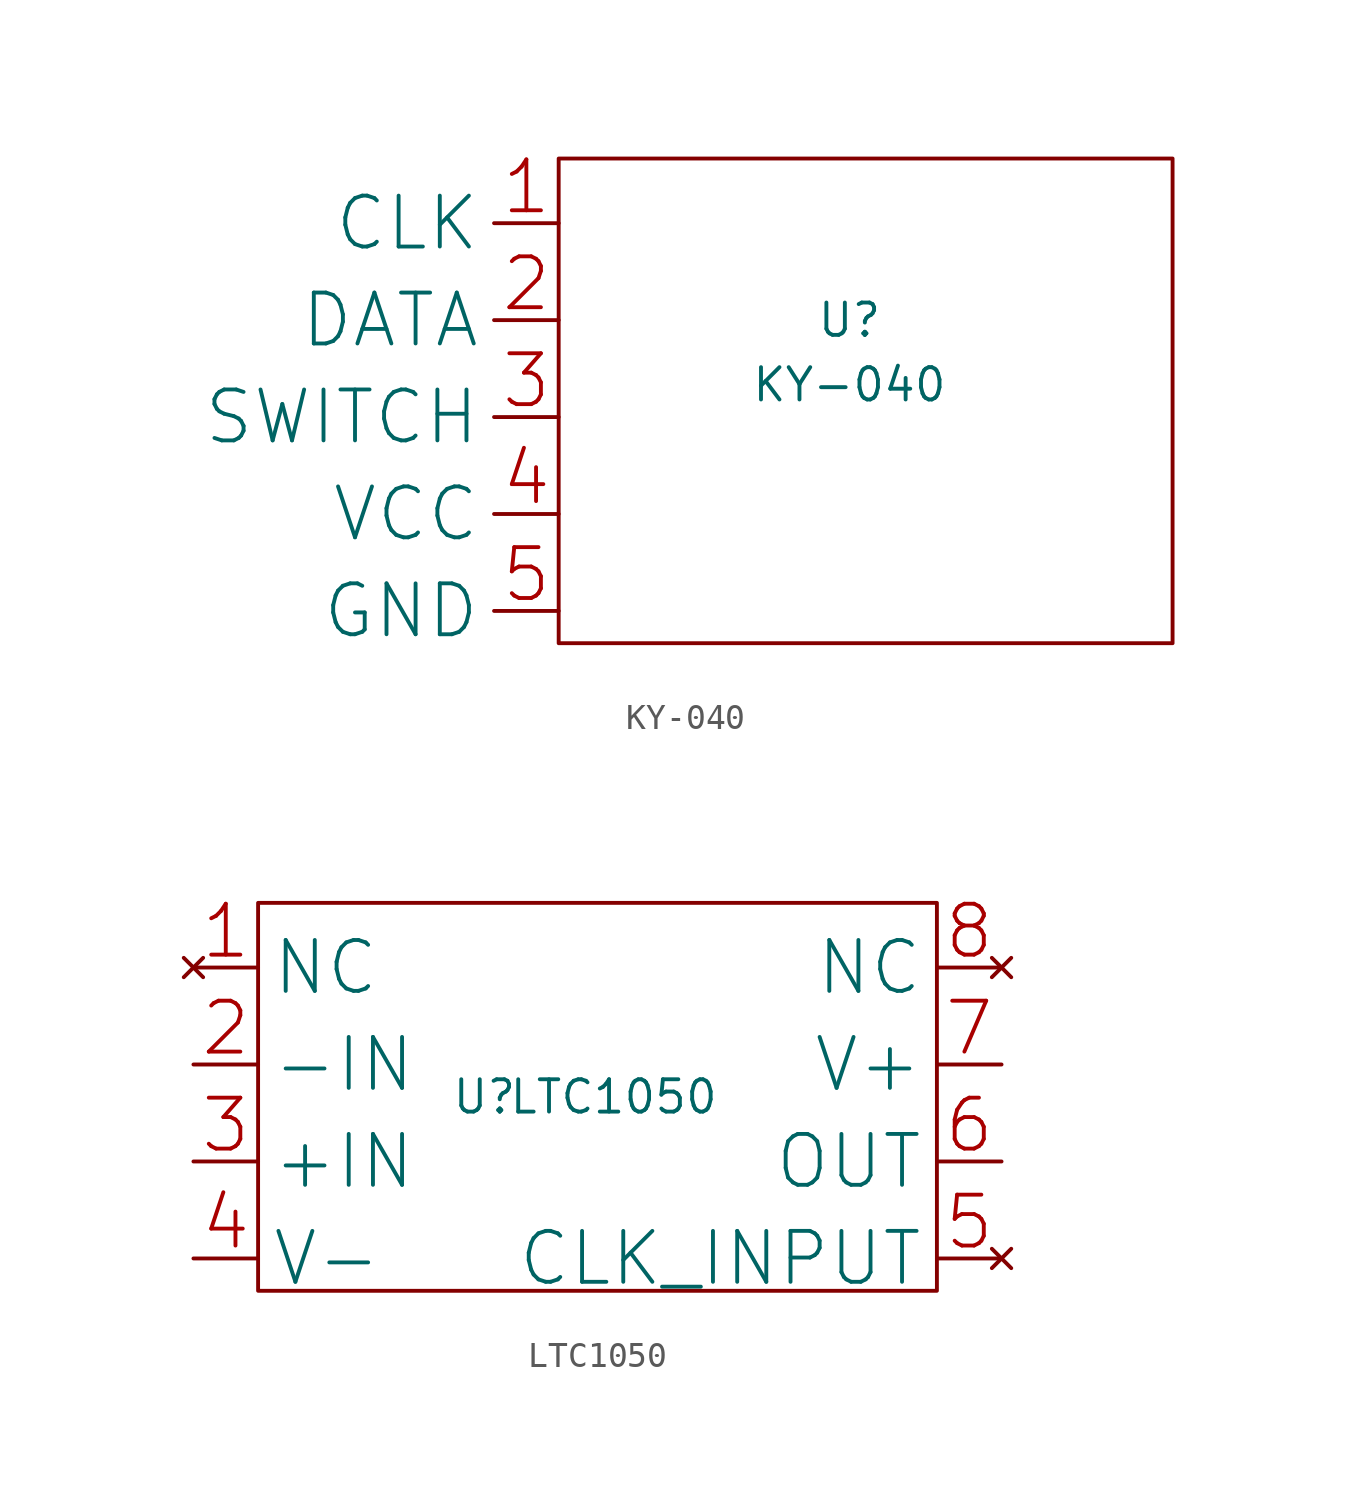
<source format=kicad_sym>
(kicad_symbol_lib
  (version 20211014)
  (generator kicad_symbol_editor)
  (symbol "KY-040"
    (property "Reference" "U"
      (at 0 2.54 0)
      (effects (font (size 1.27 1.27))))
    (property "Value" "KY-040"
      (at 0 0 0)
      (effects (font (size 1.27 1.27))))
    (symbol "KY-040_0_1"
      (rectangle (start -11.43 8.89) (end 12.7 -10.16) (stroke (width 0) (type default) (color 0 0 0 0)) (fill (type none))))
    (symbol "KY-040_1_1"
      (pin input line (at -11.43 6.35 180) (length 2.54) (name "CLK" (effects (font (size 2 2)))) (number "1" (effects (font (size 2 2)))))
      (pin output line (at -11.43 2.54 180) (length 2.54) (name "DATA" (effects (font (size 2 2)))) (number "2" (effects (font (size 2 2)))))
      (pin input line (at -11.43 -1.27 180) (length 2.54) (name "SWITCH" (effects (font (size 2 2)))) (number "3" (effects (font (size 2 2)))))
      (pin input line (at -11.43 -5.08 180) (length 2.54) (name "VCC" (effects (font (size 2 2)))) (number "4" (effects (font (size 2 2)))))
      (pin input line (at -11.43 -8.89 180) (length 2.54) (name "GND" (effects (font (size 2 2)))) (number "5" (effects (font (size 2 2)))))))
  (symbol "LTC1050"
    (property "Reference" "U"
      (at -5.08 0 0)
      (effects (font (size 1.27 1.27))))
    (property "Value" "LTC1050"
      (at 0 0 0)
      (effects (font (size 1.27 1.27))))
    (symbol "LTC1050_0_1"
      (rectangle (start -13.97 7.62) (end 12.7 -7.62) (stroke (width 0) (type default) (color 0 0 0 0)) (fill (type none))))
    (symbol "LTC1050_1_1"
      (pin no_connect line (at -16.51 5.08 0) (length 2.54) (name "NC" (effects (font (size 2 2)))) (number "1" (effects (font (size 2 2)))))
      (pin input line (at -16.51 1.27 0) (length 2.54) (name "-IN" (effects (font (size 2 2)))) (number "2" (effects (font (size 2 2)))))
      (pin input line (at -16.51 -2.54 0) (length 2.54) (name "+IN" (effects (font (size 2 2)))) (number "3" (effects (font (size 2 2)))))
      (pin input line (at -16.51 -6.35 0) (length 2.54) (name "V-" (effects (font (size 2 2)))) (number "4" (effects (font (size 2 2)))))
      (pin no_connect line (at 15.24 -6.35 180) (length 2.54) (name "CLK_INPUT" (effects (font (size 2 2)))) (number "5" (effects (font (size 2 2)))))
      (pin output line (at 15.24 -2.54 180) (length 2.54) (name "OUT" (effects (font (size 2 2)))) (number "6" (effects (font (size 2 2)))))
      (pin input line (at 15.24 1.27 180) (length 2.54) (name "V+" (effects (font (size 2 2)))) (number "7" (effects (font (size 2 2)))))
      (pin no_connect line (at 15.24 5.08 180) (length 2.54) (name "NC" (effects (font (size 2 2)))) (number "8" (effects (font (size 2 2))))))))
</source>
